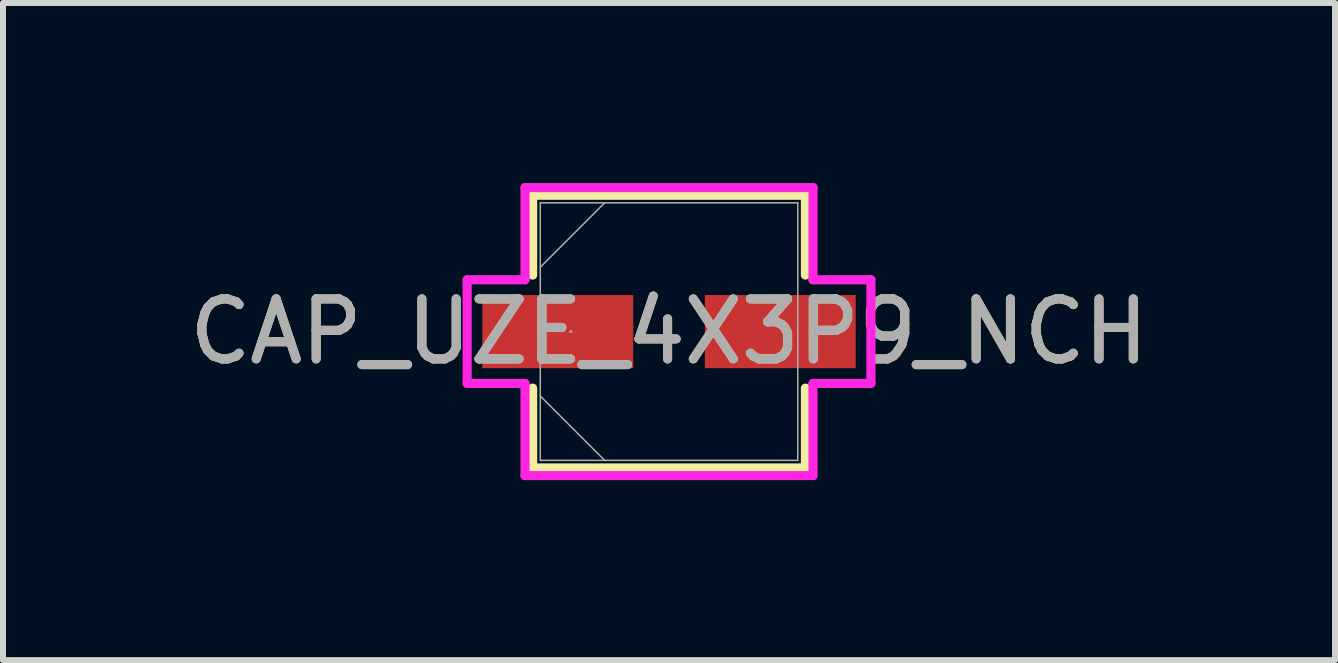
<source format=kicad_pcb>
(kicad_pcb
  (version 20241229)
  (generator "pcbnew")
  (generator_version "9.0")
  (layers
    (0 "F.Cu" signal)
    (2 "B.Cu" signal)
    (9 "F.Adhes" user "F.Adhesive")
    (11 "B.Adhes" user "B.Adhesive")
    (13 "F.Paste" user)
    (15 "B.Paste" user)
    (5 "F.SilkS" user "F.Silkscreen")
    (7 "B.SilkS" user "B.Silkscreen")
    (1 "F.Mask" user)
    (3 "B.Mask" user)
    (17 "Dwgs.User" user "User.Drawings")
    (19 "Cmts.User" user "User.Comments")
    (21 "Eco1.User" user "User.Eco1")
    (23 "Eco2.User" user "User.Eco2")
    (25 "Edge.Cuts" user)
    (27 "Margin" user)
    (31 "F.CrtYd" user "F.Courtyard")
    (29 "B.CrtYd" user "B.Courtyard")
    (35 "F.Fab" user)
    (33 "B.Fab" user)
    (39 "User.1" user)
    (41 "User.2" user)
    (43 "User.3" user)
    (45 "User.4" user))
  (footprint "CAP_UZE_4X3P9_NCH"
    (layer "F.Cu")
    (at 8.101 2.477)
    (property "Reference" "CAP_UZE_4X3P9_NCH" (at 0 0 0) (unlocked yes) (layer "F.SilkS") (effects (font (size 1 1) (thickness 0.15))))
    (attr smd)
    (fp_line (start -2.273 -2.273) (end -2.273 -0.942) (stroke (width 0.152) (type solid)) (layer "F.SilkS"))
    (fp_line (start -2.273 0.942) (end -2.273 2.273) (stroke (width 0.152) (type solid)) (layer "F.SilkS"))
    (fp_line (start -2.273 2.273) (end 2.273 2.273) (stroke (width 0.152) (type solid)) (layer "F.SilkS"))
    (fp_line (start 2.273 -2.273) (end -2.273 -2.273) (stroke (width 0.152) (type solid)) (layer "F.SilkS"))
    (fp_line (start 2.273 -0.942) (end 2.273 -2.273) (stroke (width 0.152) (type solid)) (layer "F.SilkS"))
    (fp_line (start 2.273 2.273) (end 2.273 0.942) (stroke (width 0.152) (type solid)) (layer "F.SilkS"))
    (fp_line (start -3.365 -0.864) (end -2.4 -0.864) (stroke (width 0.152) (type solid)) (layer "F.CrtYd"))
    (fp_line (start -3.365 0.864) (end -3.365 -0.864) (stroke (width 0.152) (type solid)) (layer "F.CrtYd"))
    (fp_line (start -2.4 -2.4) (end 2.4 -2.4) (stroke (width 0.152) (type solid)) (layer "F.CrtYd"))
    (fp_line (start -2.4 -0.864) (end -2.4 -2.4) (stroke (width 0.152) (type solid)) (layer "F.CrtYd"))
    (fp_line (start -2.4 0.864) (end -3.365 0.864) (stroke (width 0.152) (type solid)) (layer "F.CrtYd"))
    (fp_line (start -2.4 2.4) (end -2.4 0.864) (stroke (width 0.152) (type solid)) (layer "F.CrtYd"))
    (fp_line (start 2.4 -2.4) (end 2.4 -0.864) (stroke (width 0.152) (type solid)) (layer "F.CrtYd"))
    (fp_line (start 2.4 -0.864) (end 3.365 -0.864) (stroke (width 0.152) (type solid)) (layer "F.CrtYd"))
    (fp_line (start 2.4 0.864) (end 2.4 2.4) (stroke (width 0.152) (type solid)) (layer "F.CrtYd"))
    (fp_line (start 2.4 2.4) (end -2.4 2.4) (stroke (width 0.152) (type solid)) (layer "F.CrtYd"))
    (fp_line (start 3.365 -0.864) (end 3.365 0.864) (stroke (width 0.152) (type solid)) (layer "F.CrtYd"))
    (fp_line (start 3.365 0.864) (end 2.4 0.864) (stroke (width 0.152) (type solid)) (layer "F.CrtYd"))
    (fp_line (start -2.146 -2.146) (end -2.146 2.146) (stroke (width 0.025) (type solid)) (layer "F.Fab"))
    (fp_line (start -2.146 -1.073) (end -1.073 -2.146) (stroke (width 0.025) (type solid)) (layer "F.Fab"))
    (fp_line (start -2.146 1.073) (end -1.073 2.146) (stroke (width 0.025) (type solid)) (layer "F.Fab"))
    (fp_line (start -2.146 2.146) (end 2.146 2.146) (stroke (width 0.025) (type solid)) (layer "F.Fab"))
    (fp_line (start 2.146 -2.146) (end -2.146 -2.146) (stroke (width 0.025) (type solid)) (layer "F.Fab"))
    (fp_line (start 2.146 2.146) (end 2.146 -2.146) (stroke (width 0.025) (type solid)) (layer "F.Fab"))
    (fp_circle (center -1.638 0) (end -1.638 0) (stroke (width 0.025) (type solid)) (fill no) (layer "F.Fab"))
    (fp_text user "${REFERENCE}" (at 0 0 0) (unlocked yes) (layer "F.Fab") (effects (font (size 1 1) (thickness 0.15))))
    (pad "1" smd rect (at -1.854 0) (size 2.515 1.219) (layers "F.Cu" "F.Mask" "F.Paste"))
    (pad "2" smd rect (at 1.854 0) (size 2.515 1.219) (layers "F.Cu" "F.Mask" "F.Paste"))
    (zone (net_name "") (layer "F.Cu") (hatch full 0.508) (connect_pads) (min_thickness 0.254) (filled_areas_thickness no) (keepout (tracks not_allowed) (vias not_allowed) (pads allowed) (copperpour not_allowed) (footprints allowed)) (placement (enabled no)) (fill) (polygon (pts (xy 6.006 0.381) (xy 10.197 0.381) (xy 10.197 1.816) (xy 6.006 1.816))))
    (zone (net_name "") (layer "F.Cu") (hatch full 0.508) (connect_pads) (min_thickness 0.254) (filled_areas_thickness no) (keepout (tracks not_allowed) (vias not_allowed) (pads allowed) (copperpour not_allowed) (footprints allowed)) (placement (enabled no)) (fill) (polygon (pts (xy 6.006 3.137) (xy 10.197 3.137) (xy 10.197 4.572) (xy 6.006 4.572))))
    (zone (net_name "") (layer "F.Cu") (hatch full 0.508) (connect_pads) (min_thickness 0.254) (filled_areas_thickness no) (keepout (tracks not_allowed) (vias not_allowed) (pads allowed) (copperpour not_allowed) (footprints allowed)) (placement (enabled no)) (fill) (polygon (pts (xy 7.555 1.816) (xy 8.647 1.816) (xy 8.647 3.137) (xy 7.555 3.137)))))
  (gr_rect
    (start -3 -3)
    (end 19.202 7.953)
    (stroke (width 0.1) (type default))
    (fill no)
    (layer "Edge.Cuts")))
</source>
